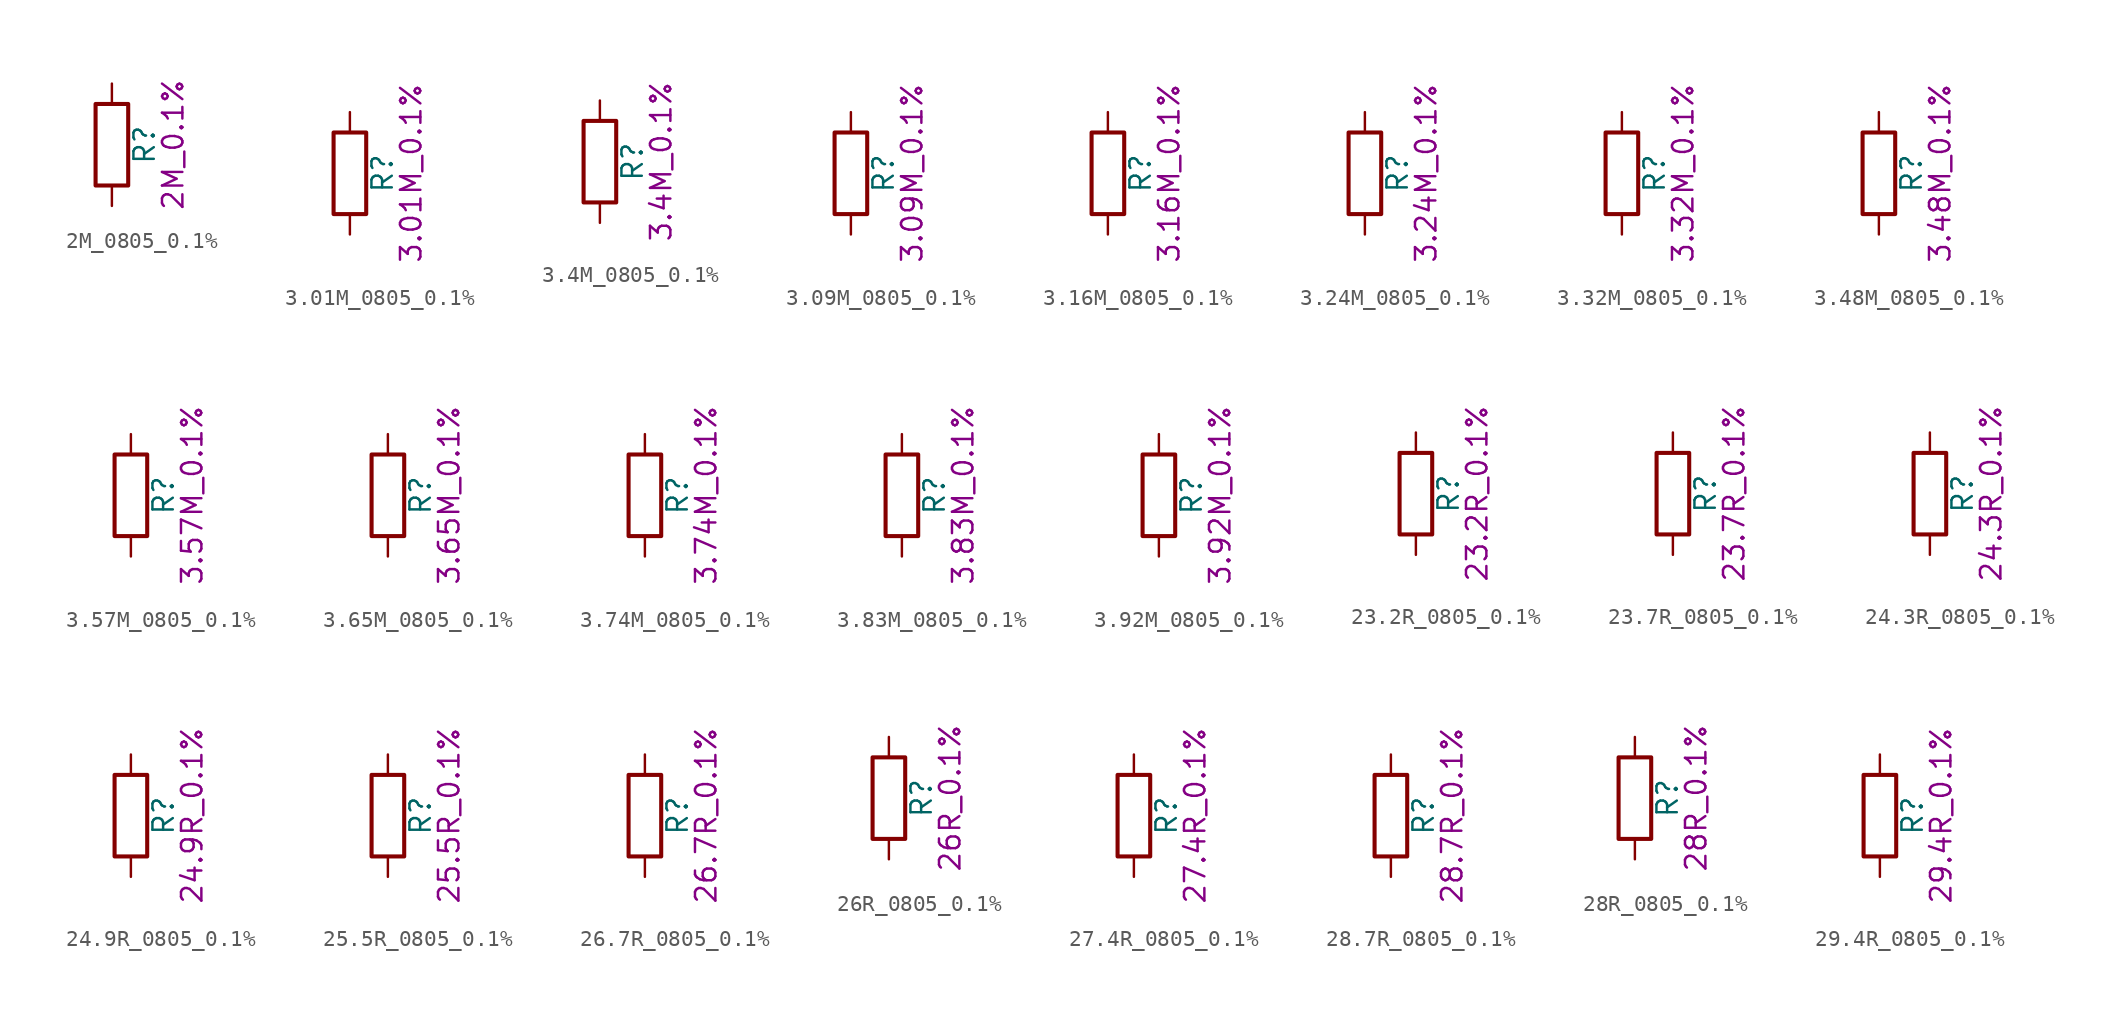
<source format=kicad_sym>
(kicad_symbol_lib
  (version 20211014)
  (generator kicad_symbol_editor)
  (symbol "2M_0805_0.1%"
    (pin_numbers hide)
    (pin_names
      (offset 0))
    (property "Reference" "R"
      (at 2.032 0 90)
      (effects (font (size 1.27 1.27))))
    (property "Display" "2M_0.1%"
      (at 3.81 0 90)
      (effects (font (size 1.27 1.27))))
    (symbol "2M_0805_0.1%_0_1"
      (rectangle (start -1.016 -2.54) (end 1.016 2.54) (stroke (width 0.254) (type default) (color 0 0 0 0)) (fill (type none))))
    (symbol "2M_0805_0.1%_1_1"
      (pin passive line (at 0 3.81 270) (length 1.27) (name "~" (effects (font (size 1.27 1.27)))) (number "1" (effects (font (size 1.27 1.27)))))
      (pin passive line (at 0 -3.81 90) (length 1.27) (name "~" (effects (font (size 1.27 1.27)))) (number "2" (effects (font (size 1.27 1.27)))))))
  (symbol "3.01M_0805_0.1%"
    (pin_numbers hide)
    (pin_names
      (offset 0))
    (property "Reference" "R"
      (at 2.032 0 90)
      (effects (font (size 1.27 1.27))))
    (property "Display" "3.01M_0.1%"
      (at 3.81 0 90)
      (effects (font (size 1.27 1.27))))
    (symbol "3.01M_0805_0.1%_0_1"
      (rectangle (start -1.016 -2.54) (end 1.016 2.54) (stroke (width 0.254) (type default) (color 0 0 0 0)) (fill (type none))))
    (symbol "3.01M_0805_0.1%_1_1"
      (pin passive line (at 0 3.81 270) (length 1.27) (name "~" (effects (font (size 1.27 1.27)))) (number "1" (effects (font (size 1.27 1.27)))))
      (pin passive line (at 0 -3.81 90) (length 1.27) (name "~" (effects (font (size 1.27 1.27)))) (number "2" (effects (font (size 1.27 1.27)))))))
  (symbol "3.4M_0805_0.1%"
    (pin_numbers hide)
    (pin_names
      (offset 0))
    (property "Reference" "R"
      (at 2.032 0 90)
      (effects (font (size 1.27 1.27))))
    (property "Display" "3.4M_0.1%"
      (at 3.81 0 90)
      (effects (font (size 1.27 1.27))))
    (symbol "3.4M_0805_0.1%_0_1"
      (rectangle (start -1.016 -2.54) (end 1.016 2.54) (stroke (width 0.254) (type default) (color 0 0 0 0)) (fill (type none))))
    (symbol "3.4M_0805_0.1%_1_1"
      (pin passive line (at 0 3.81 270) (length 1.27) (name "~" (effects (font (size 1.27 1.27)))) (number "1" (effects (font (size 1.27 1.27)))))
      (pin passive line (at 0 -3.81 90) (length 1.27) (name "~" (effects (font (size 1.27 1.27)))) (number "2" (effects (font (size 1.27 1.27)))))))
  (symbol "3.09M_0805_0.1%"
    (pin_numbers hide)
    (pin_names
      (offset 0))
    (property "Reference" "R"
      (at 2.032 0 90)
      (effects (font (size 1.27 1.27))))
    (property "Display" "3.09M_0.1%"
      (at 3.81 0 90)
      (effects (font (size 1.27 1.27))))
    (symbol "3.09M_0805_0.1%_0_1"
      (rectangle (start -1.016 -2.54) (end 1.016 2.54) (stroke (width 0.254) (type default) (color 0 0 0 0)) (fill (type none))))
    (symbol "3.09M_0805_0.1%_1_1"
      (pin passive line (at 0 3.81 270) (length 1.27) (name "~" (effects (font (size 1.27 1.27)))) (number "1" (effects (font (size 1.27 1.27)))))
      (pin passive line (at 0 -3.81 90) (length 1.27) (name "~" (effects (font (size 1.27 1.27)))) (number "2" (effects (font (size 1.27 1.27)))))))
  (symbol "3.16M_0805_0.1%"
    (pin_numbers hide)
    (pin_names
      (offset 0))
    (property "Reference" "R"
      (at 2.032 0 90)
      (effects (font (size 1.27 1.27))))
    (property "Display" "3.16M_0.1%"
      (at 3.81 0 90)
      (effects (font (size 1.27 1.27))))
    (symbol "3.16M_0805_0.1%_0_1"
      (rectangle (start -1.016 -2.54) (end 1.016 2.54) (stroke (width 0.254) (type default) (color 0 0 0 0)) (fill (type none))))
    (symbol "3.16M_0805_0.1%_1_1"
      (pin passive line (at 0 3.81 270) (length 1.27) (name "~" (effects (font (size 1.27 1.27)))) (number "1" (effects (font (size 1.27 1.27)))))
      (pin passive line (at 0 -3.81 90) (length 1.27) (name "~" (effects (font (size 1.27 1.27)))) (number "2" (effects (font (size 1.27 1.27)))))))
  (symbol "3.24M_0805_0.1%"
    (pin_numbers hide)
    (pin_names
      (offset 0))
    (property "Reference" "R"
      (at 2.032 0 90)
      (effects (font (size 1.27 1.27))))
    (property "Display" "3.24M_0.1%"
      (at 3.81 0 90)
      (effects (font (size 1.27 1.27))))
    (symbol "3.24M_0805_0.1%_0_1"
      (rectangle (start -1.016 -2.54) (end 1.016 2.54) (stroke (width 0.254) (type default) (color 0 0 0 0)) (fill (type none))))
    (symbol "3.24M_0805_0.1%_1_1"
      (pin passive line (at 0 3.81 270) (length 1.27) (name "~" (effects (font (size 1.27 1.27)))) (number "1" (effects (font (size 1.27 1.27)))))
      (pin passive line (at 0 -3.81 90) (length 1.27) (name "~" (effects (font (size 1.27 1.27)))) (number "2" (effects (font (size 1.27 1.27)))))))
  (symbol "3.32M_0805_0.1%"
    (pin_numbers hide)
    (pin_names
      (offset 0))
    (property "Reference" "R"
      (at 2.032 0 90)
      (effects (font (size 1.27 1.27))))
    (property "Display" "3.32M_0.1%"
      (at 3.81 0 90)
      (effects (font (size 1.27 1.27))))
    (symbol "3.32M_0805_0.1%_0_1"
      (rectangle (start -1.016 -2.54) (end 1.016 2.54) (stroke (width 0.254) (type default) (color 0 0 0 0)) (fill (type none))))
    (symbol "3.32M_0805_0.1%_1_1"
      (pin passive line (at 0 3.81 270) (length 1.27) (name "~" (effects (font (size 1.27 1.27)))) (number "1" (effects (font (size 1.27 1.27)))))
      (pin passive line (at 0 -3.81 90) (length 1.27) (name "~" (effects (font (size 1.27 1.27)))) (number "2" (effects (font (size 1.27 1.27)))))))
  (symbol "3.48M_0805_0.1%"
    (pin_numbers hide)
    (pin_names
      (offset 0))
    (property "Reference" "R"
      (at 2.032 0 90)
      (effects (font (size 1.27 1.27))))
    (property "Display" "3.48M_0.1%"
      (at 3.81 0 90)
      (effects (font (size 1.27 1.27))))
    (symbol "3.48M_0805_0.1%_0_1"
      (rectangle (start -1.016 -2.54) (end 1.016 2.54) (stroke (width 0.254) (type default) (color 0 0 0 0)) (fill (type none))))
    (symbol "3.48M_0805_0.1%_1_1"
      (pin passive line (at 0 3.81 270) (length 1.27) (name "~" (effects (font (size 1.27 1.27)))) (number "1" (effects (font (size 1.27 1.27)))))
      (pin passive line (at 0 -3.81 90) (length 1.27) (name "~" (effects (font (size 1.27 1.27)))) (number "2" (effects (font (size 1.27 1.27)))))))
  (symbol "3.57M_0805_0.1%"
    (pin_numbers hide)
    (pin_names
      (offset 0))
    (property "Reference" "R"
      (at 2.032 0 90)
      (effects (font (size 1.27 1.27))))
    (property "Display" "3.57M_0.1%"
      (at 3.81 0 90)
      (effects (font (size 1.27 1.27))))
    (symbol "3.57M_0805_0.1%_0_1"
      (rectangle (start -1.016 -2.54) (end 1.016 2.54) (stroke (width 0.254) (type default) (color 0 0 0 0)) (fill (type none))))
    (symbol "3.57M_0805_0.1%_1_1"
      (pin passive line (at 0 3.81 270) (length 1.27) (name "~" (effects (font (size 1.27 1.27)))) (number "1" (effects (font (size 1.27 1.27)))))
      (pin passive line (at 0 -3.81 90) (length 1.27) (name "~" (effects (font (size 1.27 1.27)))) (number "2" (effects (font (size 1.27 1.27)))))))
  (symbol "3.65M_0805_0.1%"
    (pin_numbers hide)
    (pin_names
      (offset 0))
    (property "Reference" "R"
      (at 2.032 0 90)
      (effects (font (size 1.27 1.27))))
    (property "Display" "3.65M_0.1%"
      (at 3.81 0 90)
      (effects (font (size 1.27 1.27))))
    (symbol "3.65M_0805_0.1%_0_1"
      (rectangle (start -1.016 -2.54) (end 1.016 2.54) (stroke (width 0.254) (type default) (color 0 0 0 0)) (fill (type none))))
    (symbol "3.65M_0805_0.1%_1_1"
      (pin passive line (at 0 3.81 270) (length 1.27) (name "~" (effects (font (size 1.27 1.27)))) (number "1" (effects (font (size 1.27 1.27)))))
      (pin passive line (at 0 -3.81 90) (length 1.27) (name "~" (effects (font (size 1.27 1.27)))) (number "2" (effects (font (size 1.27 1.27)))))))
  (symbol "3.74M_0805_0.1%"
    (pin_numbers hide)
    (pin_names
      (offset 0))
    (property "Reference" "R"
      (at 2.032 0 90)
      (effects (font (size 1.27 1.27))))
    (property "Display" "3.74M_0.1%"
      (at 3.81 0 90)
      (effects (font (size 1.27 1.27))))
    (symbol "3.74M_0805_0.1%_0_1"
      (rectangle (start -1.016 -2.54) (end 1.016 2.54) (stroke (width 0.254) (type default) (color 0 0 0 0)) (fill (type none))))
    (symbol "3.74M_0805_0.1%_1_1"
      (pin passive line (at 0 3.81 270) (length 1.27) (name "~" (effects (font (size 1.27 1.27)))) (number "1" (effects (font (size 1.27 1.27)))))
      (pin passive line (at 0 -3.81 90) (length 1.27) (name "~" (effects (font (size 1.27 1.27)))) (number "2" (effects (font (size 1.27 1.27)))))))
  (symbol "3.83M_0805_0.1%"
    (pin_numbers hide)
    (pin_names
      (offset 0))
    (property "Reference" "R"
      (at 2.032 0 90)
      (effects (font (size 1.27 1.27))))
    (property "Display" "3.83M_0.1%"
      (at 3.81 0 90)
      (effects (font (size 1.27 1.27))))
    (symbol "3.83M_0805_0.1%_0_1"
      (rectangle (start -1.016 -2.54) (end 1.016 2.54) (stroke (width 0.254) (type default) (color 0 0 0 0)) (fill (type none))))
    (symbol "3.83M_0805_0.1%_1_1"
      (pin passive line (at 0 3.81 270) (length 1.27) (name "~" (effects (font (size 1.27 1.27)))) (number "1" (effects (font (size 1.27 1.27)))))
      (pin passive line (at 0 -3.81 90) (length 1.27) (name "~" (effects (font (size 1.27 1.27)))) (number "2" (effects (font (size 1.27 1.27)))))))
  (symbol "3.92M_0805_0.1%"
    (pin_numbers hide)
    (pin_names
      (offset 0))
    (property "Reference" "R"
      (at 2.032 0 90)
      (effects (font (size 1.27 1.27))))
    (property "Display" "3.92M_0.1%"
      (at 3.81 0 90)
      (effects (font (size 1.27 1.27))))
    (symbol "3.92M_0805_0.1%_0_1"
      (rectangle (start -1.016 -2.54) (end 1.016 2.54) (stroke (width 0.254) (type default) (color 0 0 0 0)) (fill (type none))))
    (symbol "3.92M_0805_0.1%_1_1"
      (pin passive line (at 0 3.81 270) (length 1.27) (name "~" (effects (font (size 1.27 1.27)))) (number "1" (effects (font (size 1.27 1.27)))))
      (pin passive line (at 0 -3.81 90) (length 1.27) (name "~" (effects (font (size 1.27 1.27)))) (number "2" (effects (font (size 1.27 1.27)))))))
  (symbol "23.2R_0805_0.1%"
    (pin_numbers hide)
    (pin_names
      (offset 0))
    (property "Reference" "R"
      (at 2.032 0 90)
      (effects (font (size 1.27 1.27))))
    (property "Display" "23.2R_0.1%"
      (at 3.81 0 90)
      (effects (font (size 1.27 1.27))))
    (symbol "23.2R_0805_0.1%_0_1"
      (rectangle (start -1.016 -2.54) (end 1.016 2.54) (stroke (width 0.254) (type default) (color 0 0 0 0)) (fill (type none))))
    (symbol "23.2R_0805_0.1%_1_1"
      (pin passive line (at 0 3.81 270) (length 1.27) (name "~" (effects (font (size 1.27 1.27)))) (number "1" (effects (font (size 1.27 1.27)))))
      (pin passive line (at 0 -3.81 90) (length 1.27) (name "~" (effects (font (size 1.27 1.27)))) (number "2" (effects (font (size 1.27 1.27)))))))
  (symbol "23.7R_0805_0.1%"
    (pin_numbers hide)
    (pin_names
      (offset 0))
    (property "Reference" "R"
      (at 2.032 0 90)
      (effects (font (size 1.27 1.27))))
    (property "Display" "23.7R_0.1%"
      (at 3.81 0 90)
      (effects (font (size 1.27 1.27))))
    (symbol "23.7R_0805_0.1%_0_1"
      (rectangle (start -1.016 -2.54) (end 1.016 2.54) (stroke (width 0.254) (type default) (color 0 0 0 0)) (fill (type none))))
    (symbol "23.7R_0805_0.1%_1_1"
      (pin passive line (at 0 3.81 270) (length 1.27) (name "~" (effects (font (size 1.27 1.27)))) (number "1" (effects (font (size 1.27 1.27)))))
      (pin passive line (at 0 -3.81 90) (length 1.27) (name "~" (effects (font (size 1.27 1.27)))) (number "2" (effects (font (size 1.27 1.27)))))))
  (symbol "24.3R_0805_0.1%"
    (pin_numbers hide)
    (pin_names
      (offset 0))
    (property "Reference" "R"
      (at 2.032 0 90)
      (effects (font (size 1.27 1.27))))
    (property "Display" "24.3R_0.1%"
      (at 3.81 0 90)
      (effects (font (size 1.27 1.27))))
    (symbol "24.3R_0805_0.1%_0_1"
      (rectangle (start -1.016 -2.54) (end 1.016 2.54) (stroke (width 0.254) (type default) (color 0 0 0 0)) (fill (type none))))
    (symbol "24.3R_0805_0.1%_1_1"
      (pin passive line (at 0 3.81 270) (length 1.27) (name "~" (effects (font (size 1.27 1.27)))) (number "1" (effects (font (size 1.27 1.27)))))
      (pin passive line (at 0 -3.81 90) (length 1.27) (name "~" (effects (font (size 1.27 1.27)))) (number "2" (effects (font (size 1.27 1.27)))))))
  (symbol "24.9R_0805_0.1%"
    (pin_numbers hide)
    (pin_names
      (offset 0))
    (property "Reference" "R"
      (at 2.032 0 90)
      (effects (font (size 1.27 1.27))))
    (property "Display" "24.9R_0.1%"
      (at 3.81 0 90)
      (effects (font (size 1.27 1.27))))
    (symbol "24.9R_0805_0.1%_0_1"
      (rectangle (start -1.016 -2.54) (end 1.016 2.54) (stroke (width 0.254) (type default) (color 0 0 0 0)) (fill (type none))))
    (symbol "24.9R_0805_0.1%_1_1"
      (pin passive line (at 0 3.81 270) (length 1.27) (name "~" (effects (font (size 1.27 1.27)))) (number "1" (effects (font (size 1.27 1.27)))))
      (pin passive line (at 0 -3.81 90) (length 1.27) (name "~" (effects (font (size 1.27 1.27)))) (number "2" (effects (font (size 1.27 1.27)))))))
  (symbol "25.5R_0805_0.1%"
    (pin_numbers hide)
    (pin_names
      (offset 0))
    (property "Reference" "R"
      (at 2.032 0 90)
      (effects (font (size 1.27 1.27))))
    (property "Display" "25.5R_0.1%"
      (at 3.81 0 90)
      (effects (font (size 1.27 1.27))))
    (symbol "25.5R_0805_0.1%_0_1"
      (rectangle (start -1.016 -2.54) (end 1.016 2.54) (stroke (width 0.254) (type default) (color 0 0 0 0)) (fill (type none))))
    (symbol "25.5R_0805_0.1%_1_1"
      (pin passive line (at 0 3.81 270) (length 1.27) (name "~" (effects (font (size 1.27 1.27)))) (number "1" (effects (font (size 1.27 1.27)))))
      (pin passive line (at 0 -3.81 90) (length 1.27) (name "~" (effects (font (size 1.27 1.27)))) (number "2" (effects (font (size 1.27 1.27)))))))
  (symbol "26.7R_0805_0.1%"
    (pin_numbers hide)
    (pin_names
      (offset 0))
    (property "Reference" "R"
      (at 2.032 0 90)
      (effects (font (size 1.27 1.27))))
    (property "Display" "26.7R_0.1%"
      (at 3.81 0 90)
      (effects (font (size 1.27 1.27))))
    (symbol "26.7R_0805_0.1%_0_1"
      (rectangle (start -1.016 -2.54) (end 1.016 2.54) (stroke (width 0.254) (type default) (color 0 0 0 0)) (fill (type none))))
    (symbol "26.7R_0805_0.1%_1_1"
      (pin passive line (at 0 3.81 270) (length 1.27) (name "~" (effects (font (size 1.27 1.27)))) (number "1" (effects (font (size 1.27 1.27)))))
      (pin passive line (at 0 -3.81 90) (length 1.27) (name "~" (effects (font (size 1.27 1.27)))) (number "2" (effects (font (size 1.27 1.27)))))))
  (symbol "26R_0805_0.1%"
    (pin_numbers hide)
    (pin_names
      (offset 0))
    (property "Reference" "R"
      (at 2.032 0 90)
      (effects (font (size 1.27 1.27))))
    (property "Display" "26R_0.1%"
      (at 3.81 0 90)
      (effects (font (size 1.27 1.27))))
    (symbol "26R_0805_0.1%_0_1"
      (rectangle (start -1.016 -2.54) (end 1.016 2.54) (stroke (width 0.254) (type default) (color 0 0 0 0)) (fill (type none))))
    (symbol "26R_0805_0.1%_1_1"
      (pin passive line (at 0 3.81 270) (length 1.27) (name "~" (effects (font (size 1.27 1.27)))) (number "1" (effects (font (size 1.27 1.27)))))
      (pin passive line (at 0 -3.81 90) (length 1.27) (name "~" (effects (font (size 1.27 1.27)))) (number "2" (effects (font (size 1.27 1.27)))))))
  (symbol "27.4R_0805_0.1%"
    (pin_numbers hide)
    (pin_names
      (offset 0))
    (property "Reference" "R"
      (at 2.032 0 90)
      (effects (font (size 1.27 1.27))))
    (property "Display" "27.4R_0.1%"
      (at 3.81 0 90)
      (effects (font (size 1.27 1.27))))
    (symbol "27.4R_0805_0.1%_0_1"
      (rectangle (start -1.016 -2.54) (end 1.016 2.54) (stroke (width 0.254) (type default) (color 0 0 0 0)) (fill (type none))))
    (symbol "27.4R_0805_0.1%_1_1"
      (pin passive line (at 0 3.81 270) (length 1.27) (name "~" (effects (font (size 1.27 1.27)))) (number "1" (effects (font (size 1.27 1.27)))))
      (pin passive line (at 0 -3.81 90) (length 1.27) (name "~" (effects (font (size 1.27 1.27)))) (number "2" (effects (font (size 1.27 1.27)))))))
  (symbol "28.7R_0805_0.1%"
    (pin_numbers hide)
    (pin_names
      (offset 0))
    (property "Reference" "R"
      (at 2.032 0 90)
      (effects (font (size 1.27 1.27))))
    (property "Display" "28.7R_0.1%"
      (at 3.81 0 90)
      (effects (font (size 1.27 1.27))))
    (symbol "28.7R_0805_0.1%_0_1"
      (rectangle (start -1.016 -2.54) (end 1.016 2.54) (stroke (width 0.254) (type default) (color 0 0 0 0)) (fill (type none))))
    (symbol "28.7R_0805_0.1%_1_1"
      (pin passive line (at 0 3.81 270) (length 1.27) (name "~" (effects (font (size 1.27 1.27)))) (number "1" (effects (font (size 1.27 1.27)))))
      (pin passive line (at 0 -3.81 90) (length 1.27) (name "~" (effects (font (size 1.27 1.27)))) (number "2" (effects (font (size 1.27 1.27)))))))
  (symbol "28R_0805_0.1%"
    (pin_numbers hide)
    (pin_names
      (offset 0))
    (property "Reference" "R"
      (at 2.032 0 90)
      (effects (font (size 1.27 1.27))))
    (property "Display" "28R_0.1%"
      (at 3.81 0 90)
      (effects (font (size 1.27 1.27))))
    (symbol "28R_0805_0.1%_0_1"
      (rectangle (start -1.016 -2.54) (end 1.016 2.54) (stroke (width 0.254) (type default) (color 0 0 0 0)) (fill (type none))))
    (symbol "28R_0805_0.1%_1_1"
      (pin passive line (at 0 3.81 270) (length 1.27) (name "~" (effects (font (size 1.27 1.27)))) (number "1" (effects (font (size 1.27 1.27)))))
      (pin passive line (at 0 -3.81 90) (length 1.27) (name "~" (effects (font (size 1.27 1.27)))) (number "2" (effects (font (size 1.27 1.27)))))))
  (symbol "29.4R_0805_0.1%"
    (pin_numbers hide)
    (pin_names
      (offset 0))
    (property "Reference" "R"
      (at 2.032 0 90)
      (effects (font (size 1.27 1.27))))
    (property "Display" "29.4R_0.1%"
      (at 3.81 0 90)
      (effects (font (size 1.27 1.27))))
    (symbol "29.4R_0805_0.1%_0_1"
      (rectangle (start -1.016 -2.54) (end 1.016 2.54) (stroke (width 0.254) (type default) (color 0 0 0 0)) (fill (type none))))
    (symbol "29.4R_0805_0.1%_1_1"
      (pin passive line (at 0 3.81 270) (length 1.27) (name "~" (effects (font (size 1.27 1.27)))) (number "1" (effects (font (size 1.27 1.27)))))
      (pin passive line (at 0 -3.81 90) (length 1.27) (name "~" (effects (font (size 1.27 1.27)))) (number "2" (effects (font (size 1.27 1.27))))))))
</source>
